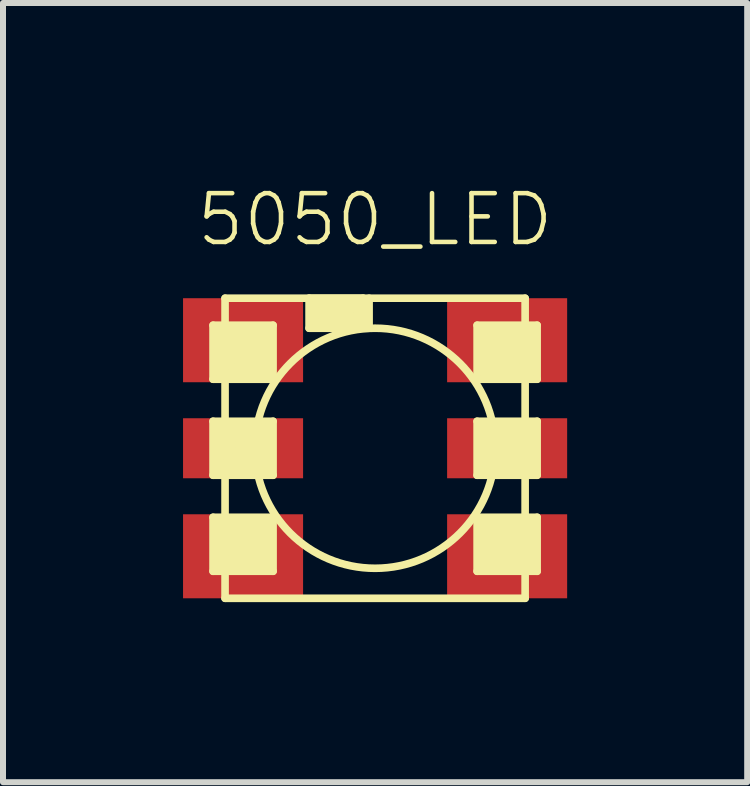
<source format=kicad_pcb>
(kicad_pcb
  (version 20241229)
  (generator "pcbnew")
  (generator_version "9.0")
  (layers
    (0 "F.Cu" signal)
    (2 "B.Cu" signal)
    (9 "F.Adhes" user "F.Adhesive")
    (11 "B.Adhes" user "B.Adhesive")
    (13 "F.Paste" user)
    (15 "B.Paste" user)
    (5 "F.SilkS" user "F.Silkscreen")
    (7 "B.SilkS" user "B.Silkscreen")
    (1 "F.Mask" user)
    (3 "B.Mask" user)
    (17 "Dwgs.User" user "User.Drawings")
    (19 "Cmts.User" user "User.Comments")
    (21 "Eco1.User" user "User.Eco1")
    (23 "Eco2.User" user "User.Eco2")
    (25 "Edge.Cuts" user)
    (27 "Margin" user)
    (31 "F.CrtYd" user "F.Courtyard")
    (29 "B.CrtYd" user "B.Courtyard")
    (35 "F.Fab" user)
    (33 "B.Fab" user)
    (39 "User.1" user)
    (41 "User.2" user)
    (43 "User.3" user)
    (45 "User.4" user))
  (footprint "5050_LED"
    (layer "F.Cu")
    (at 3.2 4.419)
    (property "Reference" "5050_LED" (at 0 -3.81 0) (layer "F.SilkS") (effects (font (size 0.813 0.813) (thickness 0.076))))
    (attr through_hole)
    (fp_line (start -2.7 -2.05) (end -2.7 -1.15) (stroke (width 0.127) (type solid)) (layer "F.SilkS"))
    (fp_line (start -2.7 -1.15) (end -1.7 -1.15) (stroke (width 0.127) (type solid)) (layer "F.SilkS"))
    (fp_line (start -2.7 -0.45) (end -1.7 -0.45) (stroke (width 0.127) (type solid)) (layer "F.SilkS"))
    (fp_line (start -2.7 0.45) (end -2.7 -0.45) (stroke (width 0.127) (type solid)) (layer "F.SilkS"))
    (fp_line (start -2.7 1.15) (end -2.7 2.05) (stroke (width 0.127) (type solid)) (layer "F.SilkS"))
    (fp_line (start -2.7 2.05) (end -1.7 2.05) (stroke (width 0.127) (type solid)) (layer "F.SilkS"))
    (fp_line (start -2.6 -1.95) (end -2.6 -1.25) (stroke (width 0.127) (type solid)) (layer "F.SilkS"))
    (fp_line (start -2.6 -1.25) (end -1.8 -1.25) (stroke (width 0.127) (type solid)) (layer "F.SilkS"))
    (fp_line (start -2.6 -0.35) (end -1.8 -0.35) (stroke (width 0.127) (type solid)) (layer "F.SilkS"))
    (fp_line (start -2.6 0.35) (end -2.6 -0.35) (stroke (width 0.127) (type solid)) (layer "F.SilkS"))
    (fp_line (start -2.6 1.25) (end -2.6 1.95) (stroke (width 0.127) (type solid)) (layer "F.SilkS"))
    (fp_line (start -2.6 1.95) (end -1.8 1.95) (stroke (width 0.127) (type solid)) (layer "F.SilkS"))
    (fp_line (start -2.5 -2.5) (end 2.5 -2.5) (stroke (width 0.127) (type solid)) (layer "F.SilkS"))
    (fp_line (start -2.5 -0.25) (end -1.9 -0.25) (stroke (width 0.127) (type solid)) (layer "F.SilkS"))
    (fp_line (start -2.5 0.25) (end -2.5 -0.25) (stroke (width 0.127) (type solid)) (layer "F.SilkS"))
    (fp_line (start -2.5 1.35) (end -2.5 1.85) (stroke (width 0.127) (type solid)) (layer "F.SilkS"))
    (fp_line (start -2.5 1.85) (end -1.9 1.85) (stroke (width 0.127) (type solid)) (layer "F.SilkS"))
    (fp_line (start -2.5 2.5) (end -2.5 -2.5) (stroke (width 0.127) (type solid)) (layer "F.SilkS"))
    (fp_line (start -2.4 -1.85) (end -2.4 -1.35) (stroke (width 0.127) (type solid)) (layer "F.SilkS"))
    (fp_line (start -2.4 -1.35) (end -1.9 -1.35) (stroke (width 0.127) (type solid)) (layer "F.SilkS"))
    (fp_line (start -2.4 -0.15) (end -2.05 -0.15) (stroke (width 0.127) (type solid)) (layer "F.SilkS"))
    (fp_line (start -2.4 0.15) (end -2.4 -0.15) (stroke (width 0.127) (type solid)) (layer "F.SilkS"))
    (fp_line (start -2.4 1.45) (end -2.4 1.75) (stroke (width 0.127) (type solid)) (layer "F.SilkS"))
    (fp_line (start -2.4 1.75) (end -2 1.75) (stroke (width 0.127) (type solid)) (layer "F.SilkS"))
    (fp_line (start -2.3 -1.75) (end -2.3 -1.45) (stroke (width 0.127) (type solid)) (layer "F.SilkS"))
    (fp_line (start -2.3 -1.45) (end -2 -1.45) (stroke (width 0.127) (type solid)) (layer "F.SilkS"))
    (fp_line (start -2.3 -0.05) (end -2.15 -0.05) (stroke (width 0.127) (type solid)) (layer "F.SilkS"))
    (fp_line (start -2.3 0.05) (end -2.3 -0.05) (stroke (width 0.127) (type solid)) (layer "F.SilkS"))
    (fp_line (start -2.3 1.55) (end -2.3 1.7) (stroke (width 0.127) (type solid)) (layer "F.SilkS"))
    (fp_line (start -2.3 1.65) (end -2.15 1.65) (stroke (width 0.127) (type solid)) (layer "F.SilkS"))
    (fp_line (start -2.25 1.7) (end -2.1 1.7) (stroke (width 0.127) (type solid)) (layer "F.SilkS"))
    (fp_line (start -2.2 -1.65) (end -2.2 -1.55) (stroke (width 0.127) (type solid)) (layer "F.SilkS"))
    (fp_line (start -2.2 -1.55) (end -2.1 -1.55) (stroke (width 0.127) (type solid)) (layer "F.SilkS"))
    (fp_line (start -2.15 -0.05) (end -2.15 0.05) (stroke (width 0.127) (type solid)) (layer "F.SilkS"))
    (fp_line (start -2.15 0.05) (end -2.3 0.05) (stroke (width 0.127) (type solid)) (layer "F.SilkS"))
    (fp_line (start -2.1 -1.65) (end -2.2 -1.65) (stroke (width 0.127) (type solid)) (layer "F.SilkS"))
    (fp_line (start -2.1 -1.55) (end -2.1 -1.65) (stroke (width 0.127) (type solid)) (layer "F.SilkS"))
    (fp_line (start -2.1 1.55) (end -2.3 1.55) (stroke (width 0.127) (type solid)) (layer "F.SilkS"))
    (fp_line (start -2.1 1.7) (end -2.1 1.6) (stroke (width 0.127) (type solid)) (layer "F.SilkS"))
    (fp_line (start -2.05 -0.15) (end -2.05 0.15) (stroke (width 0.127) (type solid)) (layer "F.SilkS"))
    (fp_line (start -2.05 0.15) (end -2.35 0.15) (stroke (width 0.127) (type solid)) (layer "F.SilkS"))
    (fp_line (start -2 -1.75) (end -2.3 -1.75) (stroke (width 0.127) (type solid)) (layer "F.SilkS"))
    (fp_line (start -2 -1.45) (end -2 -1.75) (stroke (width 0.127) (type solid)) (layer "F.SilkS"))
    (fp_line (start -2 1.45) (end -2.4 1.45) (stroke (width 0.127) (type solid)) (layer "F.SilkS"))
    (fp_line (start -2 1.75) (end -2 1.45) (stroke (width 0.127) (type solid)) (layer "F.SilkS"))
    (fp_line (start -1.9 -1.85) (end -2.4 -1.85) (stroke (width 0.127) (type solid)) (layer "F.SilkS"))
    (fp_line (start -1.9 -1.35) (end -1.9 -1.85) (stroke (width 0.127) (type solid)) (layer "F.SilkS"))
    (fp_line (start -1.9 -0.25) (end -1.9 0.25) (stroke (width 0.127) (type solid)) (layer "F.SilkS"))
    (fp_line (start -1.9 0.25) (end -2.5 0.25) (stroke (width 0.127) (type solid)) (layer "F.SilkS"))
    (fp_line (start -1.9 1.35) (end -2.5 1.35) (stroke (width 0.127) (type solid)) (layer "F.SilkS"))
    (fp_line (start -1.9 1.85) (end -1.9 1.35) (stroke (width 0.127) (type solid)) (layer "F.SilkS"))
    (fp_line (start -1.8 -1.95) (end -2.6 -1.95) (stroke (width 0.127) (type solid)) (layer "F.SilkS"))
    (fp_line (start -1.8 -1.25) (end -1.8 -1.95) (stroke (width 0.127) (type solid)) (layer "F.SilkS"))
    (fp_line (start -1.8 -0.35) (end -1.8 0.35) (stroke (width 0.127) (type solid)) (layer "F.SilkS"))
    (fp_line (start -1.8 0.35) (end -2.6 0.35) (stroke (width 0.127) (type solid)) (layer "F.SilkS"))
    (fp_line (start -1.8 1.25) (end -2.6 1.25) (stroke (width 0.127) (type solid)) (layer "F.SilkS"))
    (fp_line (start -1.8 1.95) (end -1.8 1.25) (stroke (width 0.127) (type solid)) (layer "F.SilkS"))
    (fp_line (start -1.7 -2.05) (end -2.7 -2.05) (stroke (width 0.127) (type solid)) (layer "F.SilkS"))
    (fp_line (start -1.7 -1.15) (end -1.7 -2.05) (stroke (width 0.127) (type solid)) (layer "F.SilkS"))
    (fp_line (start -1.7 -0.45) (end -1.7 0.45) (stroke (width 0.127) (type solid)) (layer "F.SilkS"))
    (fp_line (start -1.7 0.45) (end -2.7 0.45) (stroke (width 0.127) (type solid)) (layer "F.SilkS"))
    (fp_line (start -1.7 1.15) (end -2.7 1.15) (stroke (width 0.127) (type solid)) (layer "F.SilkS"))
    (fp_line (start -1.7 2.05) (end -1.7 1.15) (stroke (width 0.127) (type solid)) (layer "F.SilkS"))
    (fp_line (start -1.1 -2.5) (end -0.2 -2.5) (stroke (width 0.127) (type solid)) (layer "F.SilkS"))
    (fp_line (start -1.1 -2) (end -1.1 -2.5) (stroke (width 0.127) (type solid)) (layer "F.SilkS"))
    (fp_line (start -1 -2.4) (end -0.3 -2.4) (stroke (width 0.127) (type solid)) (layer "F.SilkS"))
    (fp_line (start -1 -2.1) (end -1 -2.4) (stroke (width 0.127) (type solid)) (layer "F.SilkS"))
    (fp_line (start -0.9 -2.3) (end -0.4 -2.3) (stroke (width 0.127) (type solid)) (layer "F.SilkS"))
    (fp_line (start -0.9 -2.2) (end -0.9 -2.3) (stroke (width 0.127) (type solid)) (layer "F.SilkS"))
    (fp_line (start -0.3 -2.4) (end -0.3 -2.2) (stroke (width 0.127) (type solid)) (layer "F.SilkS"))
    (fp_line (start -0.3 -2.2) (end -0.9 -2.2) (stroke (width 0.127) (type solid)) (layer "F.SilkS"))
    (fp_line (start -0.2 -2.5) (end -0.2 -2.1) (stroke (width 0.127) (type solid)) (layer "F.SilkS"))
    (fp_line (start -0.2 -2.1) (end -1 -2.1) (stroke (width 0.127) (type solid)) (layer "F.SilkS"))
    (fp_line (start -0.1 -2.5) (end -0.1 -2) (stroke (width 0.127) (type solid)) (layer "F.SilkS"))
    (fp_line (start -0.1 -2) (end -1.1 -2) (stroke (width 0.127) (type solid)) (layer "F.SilkS"))
    (fp_line (start 1.7 -2.05) (end 2.7 -2.05) (stroke (width 0.127) (type solid)) (layer "F.SilkS"))
    (fp_line (start 1.7 -1.15) (end 1.7 -2.05) (stroke (width 0.127) (type solid)) (layer "F.SilkS"))
    (fp_line (start 1.7 -0.45) (end 1.7 0.45) (stroke (width 0.127) (type solid)) (layer "F.SilkS"))
    (fp_line (start 1.7 0.45) (end 2.7 0.45) (stroke (width 0.127) (type solid)) (layer "F.SilkS"))
    (fp_line (start 1.7 1.15) (end 1.7 2.05) (stroke (width 0.127) (type solid)) (layer "F.SilkS"))
    (fp_line (start 1.7 2.05) (end 2.7 2.05) (stroke (width 0.127) (type solid)) (layer "F.SilkS"))
    (fp_line (start 1.8 -1.95) (end 2.6 -1.95) (stroke (width 0.127) (type solid)) (layer "F.SilkS"))
    (fp_line (start 1.8 -1.3) (end 1.8 -1.95) (stroke (width 0.127) (type solid)) (layer "F.SilkS"))
    (fp_line (start 1.8 -0.35) (end 1.8 0.35) (stroke (width 0.127) (type solid)) (layer "F.SilkS"))
    (fp_line (start 1.8 0.35) (end 2.6 0.35) (stroke (width 0.127) (type solid)) (layer "F.SilkS"))
    (fp_line (start 1.8 1.25) (end 1.8 1.95) (stroke (width 0.127) (type solid)) (layer "F.SilkS"))
    (fp_line (start 1.8 1.95) (end 2.6 1.95) (stroke (width 0.127) (type solid)) (layer "F.SilkS"))
    (fp_line (start 1.9 -1.85) (end 2.4 -1.85) (stroke (width 0.127) (type solid)) (layer "F.SilkS"))
    (fp_line (start 1.9 -1.35) (end 1.9 -1.85) (stroke (width 0.127) (type solid)) (layer "F.SilkS"))
    (fp_line (start 1.9 -0.25) (end 1.9 0.25) (stroke (width 0.127) (type solid)) (layer "F.SilkS"))
    (fp_line (start 1.9 0.25) (end 2.5 0.25) (stroke (width 0.127) (type solid)) (layer "F.SilkS"))
    (fp_line (start 1.9 1.35) (end 1.9 1.85) (stroke (width 0.127) (type solid)) (layer "F.SilkS"))
    (fp_line (start 1.9 1.85) (end 2.55 1.85) (stroke (width 0.127) (type solid)) (layer "F.SilkS"))
    (fp_line (start 2 -1.75) (end 2.3 -1.75) (stroke (width 0.127) (type solid)) (layer "F.SilkS"))
    (fp_line (start 2 -1.45) (end 2 -1.75) (stroke (width 0.127) (type solid)) (layer "F.SilkS"))
    (fp_line (start 2 1.45) (end 2 1.75) (stroke (width 0.127) (type solid)) (layer "F.SilkS"))
    (fp_line (start 2 1.75) (end 2.45 1.75) (stroke (width 0.127) (type solid)) (layer "F.SilkS"))
    (fp_line (start 2.05 -0.15) (end 2.05 0.15) (stroke (width 0.127) (type solid)) (layer "F.SilkS"))
    (fp_line (start 2.05 0.15) (end 2.4 0.15) (stroke (width 0.127) (type solid)) (layer "F.SilkS"))
    (fp_line (start 2.1 -1.65) (end 2.2 -1.65) (stroke (width 0.127) (type solid)) (layer "F.SilkS"))
    (fp_line (start 2.1 -1.55) (end 2.1 -1.65) (stroke (width 0.127) (type solid)) (layer "F.SilkS"))
    (fp_line (start 2.1 1.55) (end 2.1 1.7) (stroke (width 0.127) (type solid)) (layer "F.SilkS"))
    (fp_line (start 2.1 1.65) (end 2.3 1.65) (stroke (width 0.127) (type solid)) (layer "F.SilkS"))
    (fp_line (start 2.1 1.7) (end 2.35 1.7) (stroke (width 0.127) (type solid)) (layer "F.SilkS"))
    (fp_line (start 2.15 -0.05) (end 2.15 0.05) (stroke (width 0.127) (type solid)) (layer "F.SilkS"))
    (fp_line (start 2.15 0.05) (end 2.3 0.05) (stroke (width 0.127) (type solid)) (layer "F.SilkS"))
    (fp_line (start 2.2 -1.65) (end 2.2 -1.55) (stroke (width 0.127) (type solid)) (layer "F.SilkS"))
    (fp_line (start 2.2 -1.55) (end 2.1 -1.55) (stroke (width 0.127) (type solid)) (layer "F.SilkS"))
    (fp_line (start 2.3 -1.75) (end 2.3 -1.45) (stroke (width 0.127) (type solid)) (layer "F.SilkS"))
    (fp_line (start 2.3 -1.45) (end 2 -1.45) (stroke (width 0.127) (type solid)) (layer "F.SilkS"))
    (fp_line (start 2.3 -0.05) (end 2.15 -0.05) (stroke (width 0.127) (type solid)) (layer "F.SilkS"))
    (fp_line (start 2.3 0.05) (end 2.3 -0.05) (stroke (width 0.127) (type solid)) (layer "F.SilkS"))
    (fp_line (start 2.35 1.55) (end 2.1 1.55) (stroke (width 0.127) (type solid)) (layer "F.SilkS"))
    (fp_line (start 2.35 1.7) (end 2.35 1.55) (stroke (width 0.127) (type solid)) (layer "F.SilkS"))
    (fp_line (start 2.4 -1.85) (end 2.4 -1.35) (stroke (width 0.127) (type solid)) (layer "F.SilkS"))
    (fp_line (start 2.4 -1.35) (end 1.9 -1.35) (stroke (width 0.127) (type solid)) (layer "F.SilkS"))
    (fp_line (start 2.4 -0.15) (end 2.05 -0.15) (stroke (width 0.127) (type solid)) (layer "F.SilkS"))
    (fp_line (start 2.4 0.15) (end 2.4 -0.15) (stroke (width 0.127) (type solid)) (layer "F.SilkS"))
    (fp_line (start 2.45 1.45) (end 2 1.45) (stroke (width 0.127) (type solid)) (layer "F.SilkS"))
    (fp_line (start 2.45 1.75) (end 2.45 1.45) (stroke (width 0.127) (type solid)) (layer "F.SilkS"))
    (fp_line (start 2.5 -2.5) (end 2.5 2.5) (stroke (width 0.127) (type solid)) (layer "F.SilkS"))
    (fp_line (start 2.5 -0.25) (end 1.9 -0.25) (stroke (width 0.127) (type solid)) (layer "F.SilkS"))
    (fp_line (start 2.5 0.25) (end 2.5 -0.25) (stroke (width 0.127) (type solid)) (layer "F.SilkS"))
    (fp_line (start 2.5 2.5) (end -2.5 2.5) (stroke (width 0.127) (type solid)) (layer "F.SilkS"))
    (fp_line (start 2.55 1.35) (end 1.9 1.35) (stroke (width 0.127) (type solid)) (layer "F.SilkS"))
    (fp_line (start 2.55 1.85) (end 2.55 1.35) (stroke (width 0.127) (type solid)) (layer "F.SilkS"))
    (fp_line (start 2.6 -1.95) (end 2.6 -1.25) (stroke (width 0.127) (type solid)) (layer "F.SilkS"))
    (fp_line (start 2.6 -1.25) (end 1.8 -1.25) (stroke (width 0.127) (type solid)) (layer "F.SilkS"))
    (fp_line (start 2.6 -0.35) (end 1.8 -0.35) (stroke (width 0.127) (type solid)) (layer "F.SilkS"))
    (fp_line (start 2.6 0.35) (end 2.6 -0.35) (stroke (width 0.127) (type solid)) (layer "F.SilkS"))
    (fp_line (start 2.6 1.25) (end 1.8 1.25) (stroke (width 0.127) (type solid)) (layer "F.SilkS"))
    (fp_line (start 2.6 1.95) (end 2.6 1.25) (stroke (width 0.127) (type solid)) (layer "F.SilkS"))
    (fp_line (start 2.7 -2.05) (end 2.7 -1.15) (stroke (width 0.127) (type solid)) (layer "F.SilkS"))
    (fp_line (start 2.7 -1.15) (end 1.7 -1.15) (stroke (width 0.127) (type solid)) (layer "F.SilkS"))
    (fp_line (start 2.7 -0.45) (end 1.7 -0.45) (stroke (width 0.127) (type solid)) (layer "F.SilkS"))
    (fp_line (start 2.7 0.45) (end 2.7 -0.45) (stroke (width 0.127) (type solid)) (layer "F.SilkS"))
    (fp_line (start 2.7 1.15) (end 1.7 1.15) (stroke (width 0.127) (type solid)) (layer "F.SilkS"))
    (fp_line (start 2.7 2.05) (end 2.7 1.15) (stroke (width 0.127) (type solid)) (layer "F.SilkS"))
    (fp_circle (center 0 0) (end 0 -2) (stroke (width 0.127) (type solid)) (fill no) (layer "F.SilkS"))
    (pad "BA" smd rect (at -2.2 1.8) (size 2 1.4) (layers "F.Cu" "F.Mask" "F.Paste"))
    (pad "BC" smd rect (at 2.2 1.8) (size 2 1.4) (layers "F.Cu" "F.Mask" "F.Paste"))
    (pad "GA" smd rect (at -2.2 0) (size 2 1) (layers "F.Cu" "F.Mask" "F.Paste"))
    (pad "GC" smd rect (at 2.2 0) (size 2 1) (layers "F.Cu" "F.Mask" "F.Paste"))
    (pad "RA" smd rect (at -2.2 -1.8) (size 2 1.4) (layers "F.Cu" "F.Mask" "F.Paste"))
    (pad "RC" smd rect (at 2.2 -1.8) (size 2 1.4) (layers "F.Cu" "F.Mask" "F.Paste")))
  (gr_rect
    (start -3 -3)
    (end 9.4 9.983)
    (stroke (width 0.1) (type default))
    (fill no)
    (layer "Edge.Cuts")))
</source>
